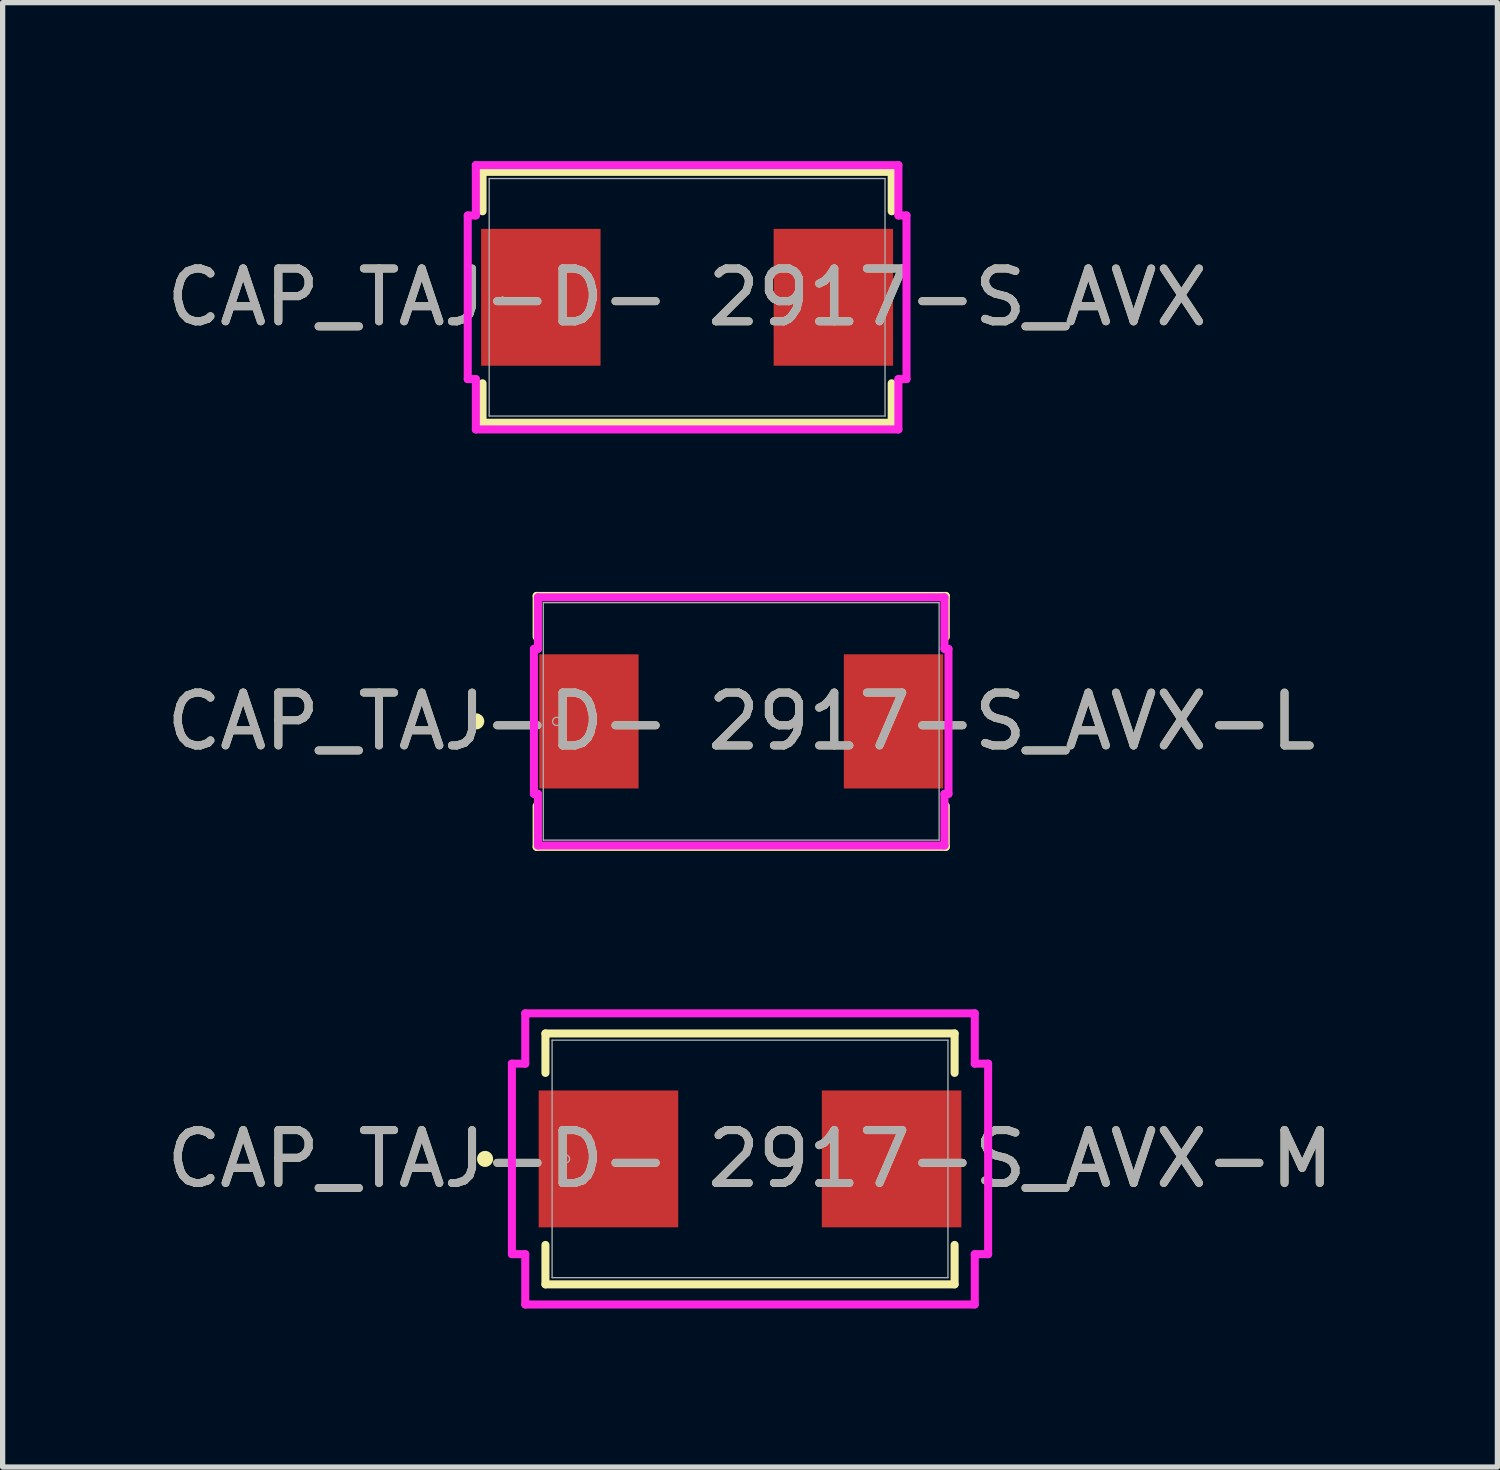
<source format=kicad_pcb>
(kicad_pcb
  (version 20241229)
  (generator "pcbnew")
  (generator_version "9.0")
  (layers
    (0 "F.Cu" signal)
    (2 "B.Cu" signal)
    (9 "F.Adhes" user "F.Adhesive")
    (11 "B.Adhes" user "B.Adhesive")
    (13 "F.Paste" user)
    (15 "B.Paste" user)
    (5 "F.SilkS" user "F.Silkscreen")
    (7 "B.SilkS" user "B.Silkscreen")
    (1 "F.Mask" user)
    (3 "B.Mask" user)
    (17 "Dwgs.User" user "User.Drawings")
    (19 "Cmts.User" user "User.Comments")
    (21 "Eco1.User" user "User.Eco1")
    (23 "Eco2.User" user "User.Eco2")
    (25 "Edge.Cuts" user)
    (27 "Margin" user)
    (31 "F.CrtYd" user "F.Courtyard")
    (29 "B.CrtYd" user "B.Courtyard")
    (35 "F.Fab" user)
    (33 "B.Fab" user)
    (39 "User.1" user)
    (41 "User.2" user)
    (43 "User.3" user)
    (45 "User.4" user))
  (footprint "CAP_TAJ-D- 2917-S_AVX-M"
    (layer "F.Cu")
    (at 11.149 18.89)
    (property "Reference" "CAP_TAJ-D- 2917-S_AVX-M" (at 0 0 0) (unlocked yes) (layer "F.SilkS") (effects (font (size 1 1) (thickness 0.15))))
    (attr smd)
    (fp_line (start -3.873 -2.375) (end -3.873 -1.628) (stroke (width 0.152) (type solid)) (layer "F.SilkS"))
    (fp_line (start -3.873 1.628) (end -3.873 2.375) (stroke (width 0.152) (type solid)) (layer "F.SilkS"))
    (fp_line (start -3.873 2.375) (end 3.873 2.375) (stroke (width 0.152) (type solid)) (layer "F.SilkS"))
    (fp_line (start 3.873 -2.375) (end -3.873 -2.375) (stroke (width 0.152) (type solid)) (layer "F.SilkS"))
    (fp_line (start 3.873 -1.628) (end 3.873 -2.375) (stroke (width 0.152) (type solid)) (layer "F.SilkS"))
    (fp_line (start 3.873 2.375) (end 3.873 1.628) (stroke (width 0.152) (type solid)) (layer "F.SilkS"))
    (fp_circle (center -5.016 0) (end -4.94 0) (stroke (width 0.152) (type solid)) (fill no) (layer "F.SilkS"))
    (fp_line (start -4.508 -1.803) (end -4.255 -1.803) (stroke (width 0.152) (type solid)) (layer "F.CrtYd"))
    (fp_line (start -4.508 1.803) (end -4.508 -1.803) (stroke (width 0.152) (type solid)) (layer "F.CrtYd"))
    (fp_line (start -4.255 -2.756) (end 4.255 -2.756) (stroke (width 0.152) (type solid)) (layer "F.CrtYd"))
    (fp_line (start -4.255 -1.803) (end -4.255 -2.756) (stroke (width 0.152) (type solid)) (layer "F.CrtYd"))
    (fp_line (start -4.255 1.803) (end -4.508 1.803) (stroke (width 0.152) (type solid)) (layer "F.CrtYd"))
    (fp_line (start -4.255 2.756) (end -4.255 1.803) (stroke (width 0.152) (type solid)) (layer "F.CrtYd"))
    (fp_line (start 4.255 -2.756) (end 4.255 -1.803) (stroke (width 0.152) (type solid)) (layer "F.CrtYd"))
    (fp_line (start 4.255 -1.803) (end 4.508 -1.803) (stroke (width 0.152) (type solid)) (layer "F.CrtYd"))
    (fp_line (start 4.255 1.803) (end 4.255 2.756) (stroke (width 0.152) (type solid)) (layer "F.CrtYd"))
    (fp_line (start 4.255 2.756) (end -4.255 2.756) (stroke (width 0.152) (type solid)) (layer "F.CrtYd"))
    (fp_line (start 4.508 -1.803) (end 4.508 1.803) (stroke (width 0.152) (type solid)) (layer "F.CrtYd"))
    (fp_line (start 4.508 1.803) (end 4.255 1.803) (stroke (width 0.152) (type solid)) (layer "F.CrtYd"))
    (fp_line (start -3.747 -2.248) (end -3.747 2.248) (stroke (width 0.025) (type solid)) (layer "F.Fab"))
    (fp_line (start -3.747 2.248) (end 3.747 2.248) (stroke (width 0.025) (type solid)) (layer "F.Fab"))
    (fp_line (start 3.747 -2.248) (end -3.747 -2.248) (stroke (width 0.025) (type solid)) (layer "F.Fab"))
    (fp_line (start 3.747 2.248) (end 3.747 -2.248) (stroke (width 0.025) (type solid)) (layer "F.Fab"))
    (fp_circle (center -3.493 0) (end -3.416 0) (stroke (width 0.025) (type solid)) (fill no) (layer "F.Fab"))
    (fp_text user "${REFERENCE}" (at 0 0 0) (unlocked yes) (layer "F.Fab") (effects (font (size 1 1) (thickness 0.15))))
    (pad "1" smd rect (at -2.68 0 90) (size 2.591 2.642) (layers "F.Cu" "F.Mask" "F.Paste"))
    (pad "2" smd rect (at 2.68 0 90) (size 2.591 2.642) (layers "F.Cu" "F.Mask" "F.Paste"))
    (zone (net_name "") (layer "F.Cu") (hatch full 0.508) (connect_pads) (min_thickness 0.254) (filled_areas_thickness no) (keepout (tracks not_allowed) (vias not_allowed) (pads allowed) (copperpour not_allowed) (footprints allowed)) (placement (enabled no)) (fill) (polygon (pts (xy 7.453 16.693) (xy 14.845 16.693) (xy 14.845 17.544) (xy 7.453 17.544))))
    (zone (net_name "") (layer "F.Cu") (hatch full 0.508) (connect_pads) (min_thickness 0.254) (filled_areas_thickness no) (keepout (tracks not_allowed) (vias not_allowed) (pads allowed) (copperpour not_allowed) (footprints allowed)) (placement (enabled no)) (fill) (polygon (pts (xy 7.453 20.237) (xy 14.845 20.237) (xy 14.845 21.088) (xy 7.453 21.088))))
    (zone (net_name "") (layer "F.Cu") (hatch full 0.508) (connect_pads) (min_thickness 0.254) (filled_areas_thickness no) (keepout (tracks not_allowed) (vias not_allowed) (pads allowed) (copperpour not_allowed) (footprints allowed)) (placement (enabled no)) (fill) (polygon (pts (xy 9.841 17.544) (xy 12.457 17.544) (xy 12.457 20.237) (xy 9.841 20.237)))))
  (footprint "CAP_TAJ-D- 2917-S_AVX"
    (layer "F.Cu")
    (at 9.958 2.578)
    (property "Reference" "CAP_TAJ-D- 2917-S_AVX" (at 0 0 0) (unlocked yes) (layer "F.SilkS") (effects (font (size 1 1) (thickness 0.15))))
    (attr smd)
    (fp_line (start -3.873 -2.375) (end -3.873 -1.628) (stroke (width 0.152) (type solid)) (layer "F.SilkS"))
    (fp_line (start -3.873 1.628) (end -3.873 2.375) (stroke (width 0.152) (type solid)) (layer "F.SilkS"))
    (fp_line (start -3.873 2.375) (end 3.873 2.375) (stroke (width 0.152) (type solid)) (layer "F.SilkS"))
    (fp_line (start 3.873 -2.375) (end -3.873 -2.375) (stroke (width 0.152) (type solid)) (layer "F.SilkS"))
    (fp_line (start 3.873 -1.628) (end 3.873 -2.375) (stroke (width 0.152) (type solid)) (layer "F.SilkS"))
    (fp_line (start 3.873 2.375) (end 3.873 1.628) (stroke (width 0.152) (type solid)) (layer "F.SilkS"))
    (fp_line (start -4.153 -1.549) (end -4 -1.549) (stroke (width 0.152) (type solid)) (layer "F.CrtYd"))
    (fp_line (start -4.153 1.549) (end -4.153 -1.549) (stroke (width 0.152) (type solid)) (layer "F.CrtYd"))
    (fp_line (start -4 -2.502) (end 4 -2.502) (stroke (width 0.152) (type solid)) (layer "F.CrtYd"))
    (fp_line (start -4 -1.549) (end -4 -2.502) (stroke (width 0.152) (type solid)) (layer "F.CrtYd"))
    (fp_line (start -4 1.549) (end -4.153 1.549) (stroke (width 0.152) (type solid)) (layer "F.CrtYd"))
    (fp_line (start -4 2.502) (end -4 1.549) (stroke (width 0.152) (type solid)) (layer "F.CrtYd"))
    (fp_line (start 4 -2.502) (end 4 -1.549) (stroke (width 0.152) (type solid)) (layer "F.CrtYd"))
    (fp_line (start 4 -1.549) (end 4.153 -1.549) (stroke (width 0.152) (type solid)) (layer "F.CrtYd"))
    (fp_line (start 4 1.549) (end 4 2.502) (stroke (width 0.152) (type solid)) (layer "F.CrtYd"))
    (fp_line (start 4 2.502) (end -4 2.502) (stroke (width 0.152) (type solid)) (layer "F.CrtYd"))
    (fp_line (start 4.153 -1.549) (end 4.153 1.549) (stroke (width 0.152) (type solid)) (layer "F.CrtYd"))
    (fp_line (start 4.153 1.549) (end 4 1.549) (stroke (width 0.152) (type solid)) (layer "F.CrtYd"))
    (fp_line (start -3.747 -2.248) (end -3.747 2.248) (stroke (width 0.025) (type solid)) (layer "F.Fab"))
    (fp_line (start -3.747 2.248) (end 3.747 2.248) (stroke (width 0.025) (type solid)) (layer "F.Fab"))
    (fp_line (start 3.747 -2.248) (end -3.747 -2.248) (stroke (width 0.025) (type solid)) (layer "F.Fab"))
    (fp_line (start 3.747 2.248) (end 3.747 -2.248) (stroke (width 0.025) (type solid)) (layer "F.Fab"))
    (fp_circle (center -3.493 0) (end -3.493 0) (stroke (width 0.025) (type solid)) (fill no) (layer "F.Fab"))
    (fp_text user "${REFERENCE}" (at 0 0 0) (unlocked yes) (layer "F.Fab") (effects (font (size 1 1) (thickness 0.15))))
    (pad "1" smd rect (at -2.769 0 90) (size 2.591 2.261) (layers "F.Cu" "F.Mask" "F.Paste"))
    (pad "2" smd rect (at 2.769 0 90) (size 2.591 2.261) (layers "F.Cu" "F.Mask" "F.Paste"))
    (zone (net_name "") (layer "F.Cu") (hatch full 0.508) (connect_pads) (min_thickness 0.254) (filled_areas_thickness no) (keepout (tracks not_allowed) (vias not_allowed) (pads allowed) (copperpour not_allowed) (footprints allowed)) (placement (enabled no)) (fill) (polygon (pts (xy 6.263 0.381) (xy 13.654 0.381) (xy 13.654 1.232) (xy 6.263 1.232))))
    (zone (net_name "") (layer "F.Cu") (hatch full 0.508) (connect_pads) (min_thickness 0.254) (filled_areas_thickness no) (keepout (tracks not_allowed) (vias not_allowed) (pads allowed) (copperpour not_allowed) (footprints allowed)) (placement (enabled no)) (fill) (polygon (pts (xy 6.263 3.924) (xy 13.654 3.924) (xy 13.654 4.775) (xy 6.263 4.775))))
    (zone (net_name "") (layer "F.Cu") (hatch full 0.508) (connect_pads) (min_thickness 0.254) (filled_areas_thickness no) (keepout (tracks not_allowed) (vias not_allowed) (pads allowed) (copperpour not_allowed) (footprints allowed)) (placement (enabled no)) (fill) (polygon (pts (xy 8.371 1.232) (xy 11.546 1.232) (xy 11.546 3.924) (xy 8.371 3.924)))))
  (footprint "CAP_TAJ-D- 2917-S_AVX-L"
    (layer "F.Cu")
    (at 10.982 10.607)
    (property "Reference" "CAP_TAJ-D- 2917-S_AVX-L" (at 0 0 0) (unlocked yes) (layer "F.SilkS") (effects (font (size 1 1) (thickness 0.15))))
    (attr smd)
    (fp_line (start -3.873 -2.375) (end -3.873 -1.599) (stroke (width 0.152) (type solid)) (layer "F.SilkS"))
    (fp_line (start -3.873 1.599) (end -3.873 2.375) (stroke (width 0.152) (type solid)) (layer "F.SilkS"))
    (fp_line (start -3.873 2.375) (end 3.873 2.375) (stroke (width 0.152) (type solid)) (layer "F.SilkS"))
    (fp_line (start 3.873 -2.375) (end -3.873 -2.375) (stroke (width 0.152) (type solid)) (layer "F.SilkS"))
    (fp_line (start 3.873 -1.599) (end 3.873 -2.375) (stroke (width 0.152) (type solid)) (layer "F.SilkS"))
    (fp_line (start 3.873 2.375) (end 3.873 1.599) (stroke (width 0.152) (type solid)) (layer "F.SilkS"))
    (fp_circle (center -5.016 0) (end -4.94 0) (stroke (width 0.152) (type solid)) (fill no) (layer "F.SilkS"))
    (fp_line (start -3.924 -1.372) (end -3.848 -1.372) (stroke (width 0.152) (type solid)) (layer "F.CrtYd"))
    (fp_line (start -3.924 1.372) (end -3.924 -1.372) (stroke (width 0.152) (type solid)) (layer "F.CrtYd"))
    (fp_line (start -3.848 -2.349) (end 3.848 -2.349) (stroke (width 0.152) (type solid)) (layer "F.CrtYd"))
    (fp_line (start -3.848 -1.372) (end -3.848 -2.349) (stroke (width 0.152) (type solid)) (layer "F.CrtYd"))
    (fp_line (start -3.848 1.372) (end -3.924 1.372) (stroke (width 0.152) (type solid)) (layer "F.CrtYd"))
    (fp_line (start -3.848 2.349) (end -3.848 1.372) (stroke (width 0.152) (type solid)) (layer "F.CrtYd"))
    (fp_line (start 3.848 -2.349) (end 3.848 -1.372) (stroke (width 0.152) (type solid)) (layer "F.CrtYd"))
    (fp_line (start 3.848 -1.372) (end 3.924 -1.372) (stroke (width 0.152) (type solid)) (layer "F.CrtYd"))
    (fp_line (start 3.848 1.372) (end 3.848 2.349) (stroke (width 0.152) (type solid)) (layer "F.CrtYd"))
    (fp_line (start 3.848 2.349) (end -3.848 2.349) (stroke (width 0.152) (type solid)) (layer "F.CrtYd"))
    (fp_line (start 3.924 -1.372) (end 3.924 1.372) (stroke (width 0.152) (type solid)) (layer "F.CrtYd"))
    (fp_line (start 3.924 1.372) (end 3.848 1.372) (stroke (width 0.152) (type solid)) (layer "F.CrtYd"))
    (fp_line (start -3.747 -2.248) (end -3.747 2.248) (stroke (width 0.025) (type solid)) (layer "F.Fab"))
    (fp_line (start -3.747 2.248) (end 3.747 2.248) (stroke (width 0.025) (type solid)) (layer "F.Fab"))
    (fp_line (start 3.747 -2.248) (end -3.747 -2.248) (stroke (width 0.025) (type solid)) (layer "F.Fab"))
    (fp_line (start 3.747 2.248) (end 3.747 -2.248) (stroke (width 0.025) (type solid)) (layer "F.Fab"))
    (fp_circle (center -3.493 0) (end -3.416 0) (stroke (width 0.025) (type solid)) (fill no) (layer "F.Fab"))
    (fp_text user "${REFERENCE}" (at 0 0 0) (unlocked yes) (layer "F.Fab") (effects (font (size 1 1) (thickness 0.15))))
    (pad "1" smd rect (at -2.883 0 90) (size 2.54 1.88) (layers "F.Cu" "F.Mask" "F.Paste"))
    (pad "2" smd rect (at 2.883 0 90) (size 2.54 1.88) (layers "F.Cu" "F.Mask" "F.Paste"))
    (zone (net_name "") (layer "F.Cu") (hatch full 0.508) (connect_pads) (min_thickness 0.254) (filled_areas_thickness no) (keepout (tracks not_allowed) (vias not_allowed) (pads allowed) (copperpour not_allowed) (footprints allowed)) (placement (enabled no)) (fill) (polygon (pts (xy 7.286 8.41) (xy 14.678 8.41) (xy 14.678 9.261) (xy 7.286 9.261))))
    (zone (net_name "") (layer "F.Cu") (hatch full 0.508) (connect_pads) (min_thickness 0.254) (filled_areas_thickness no) (keepout (tracks not_allowed) (vias not_allowed) (pads allowed) (copperpour not_allowed) (footprints allowed)) (placement (enabled no)) (fill) (polygon (pts (xy 7.286 11.954) (xy 14.678 11.954) (xy 14.678 12.804) (xy 7.286 12.804))))
    (zone (net_name "") (layer "F.Cu") (hatch full 0.508) (connect_pads) (min_thickness 0.254) (filled_areas_thickness no) (keepout (tracks not_allowed) (vias not_allowed) (pads allowed) (copperpour not_allowed) (footprints allowed)) (placement (enabled no)) (fill) (polygon (pts (xy 9.09 9.261) (xy 12.874 9.261) (xy 12.874 11.954) (xy 9.09 11.954)))))
  (gr_rect
    (start -3 -3)
    (end 25.298 24.723)
    (stroke (width 0.1) (type default))
    (fill no)
    (layer "Edge.Cuts")))
</source>
